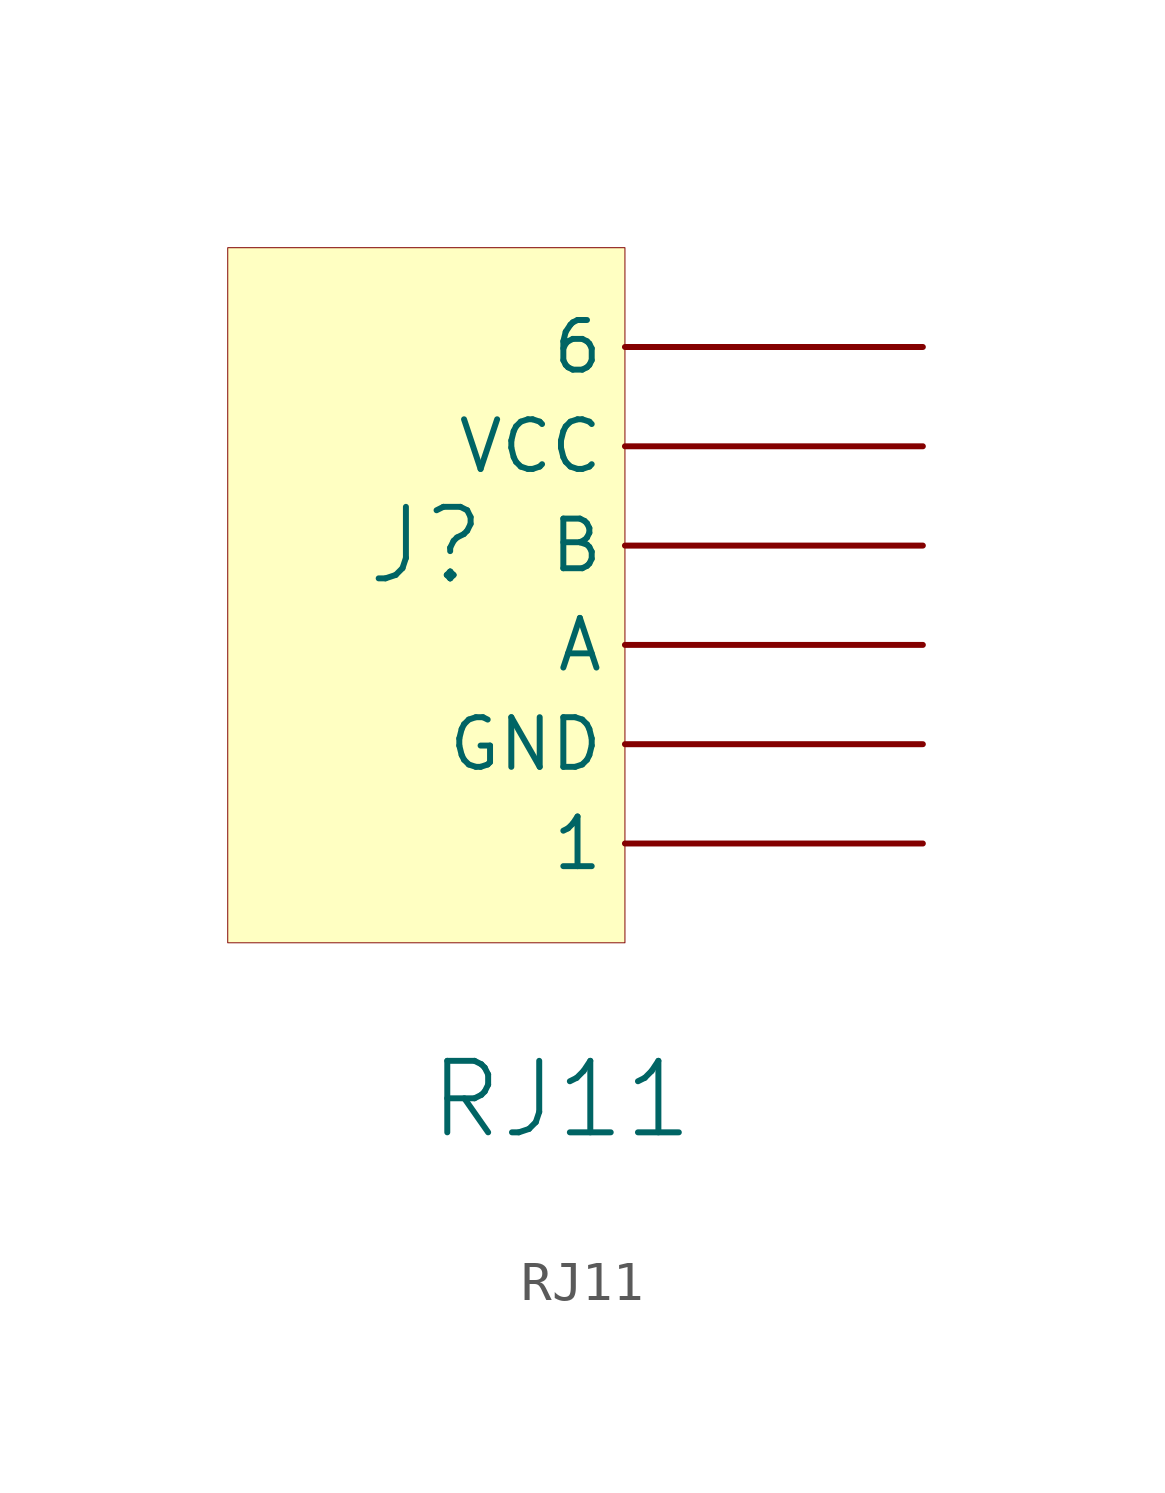
<source format=kicad_sym>
(kicad_symbol_lib
  (version 20241209)
  (generator "kicad_symbol_editor")
  (generator_version "9.0")
  (symbol "RJ11"
    (pin_numbers
      (hide yes))
    (property "Reference" "J"
      (at 0 0 0)
      (effects (font (size 1.829 1.829))))
    (property "Value" "RJ11"
      (at 0 -15.24 0)
      (effects (font (size 1.829 1.829)) (justify left bottom)))
    (symbol "RJ11_1_0"
      (rectangle (start 5.08 7.62) (end -5.08 -10.16) (stroke (width 0.025) (type solid) (color 128 0 0 1)) (fill (type background)))
      (pin passive line (at 12.7 5.08 180) (length 7.62) (name "6" (effects (font (size 1.27 1.27)))) (number "6" (effects (font (size 1.27 1.27)))))
      (pin passive line (at 12.7 2.54 180) (length 7.62) (name "VCC" (effects (font (size 1.27 1.27)))) (number "VCC" (effects (font (size 1.27 1.27)))))
      (pin passive line (at 12.7 0 180) (length 7.62) (name "B" (effects (font (size 1.27 1.27)))) (number "B" (effects (font (size 1.27 1.27)))))
      (pin passive line (at 12.7 -2.54 180) (length 7.62) (name "A" (effects (font (size 1.27 1.27)))) (number "A" (effects (font (size 1.27 1.27)))))
      (pin passive line (at 12.7 -5.08 180) (length 7.62) (name "GND" (effects (font (size 1.27 1.27)))) (number "GND" (effects (font (size 1.27 1.27)))))
      (pin passive line (at 12.7 -7.62 180) (length 7.62) (name "1" (effects (font (size 1.27 1.27)))) (number "1" (effects (font (size 1.27 1.27))))))))
</source>
